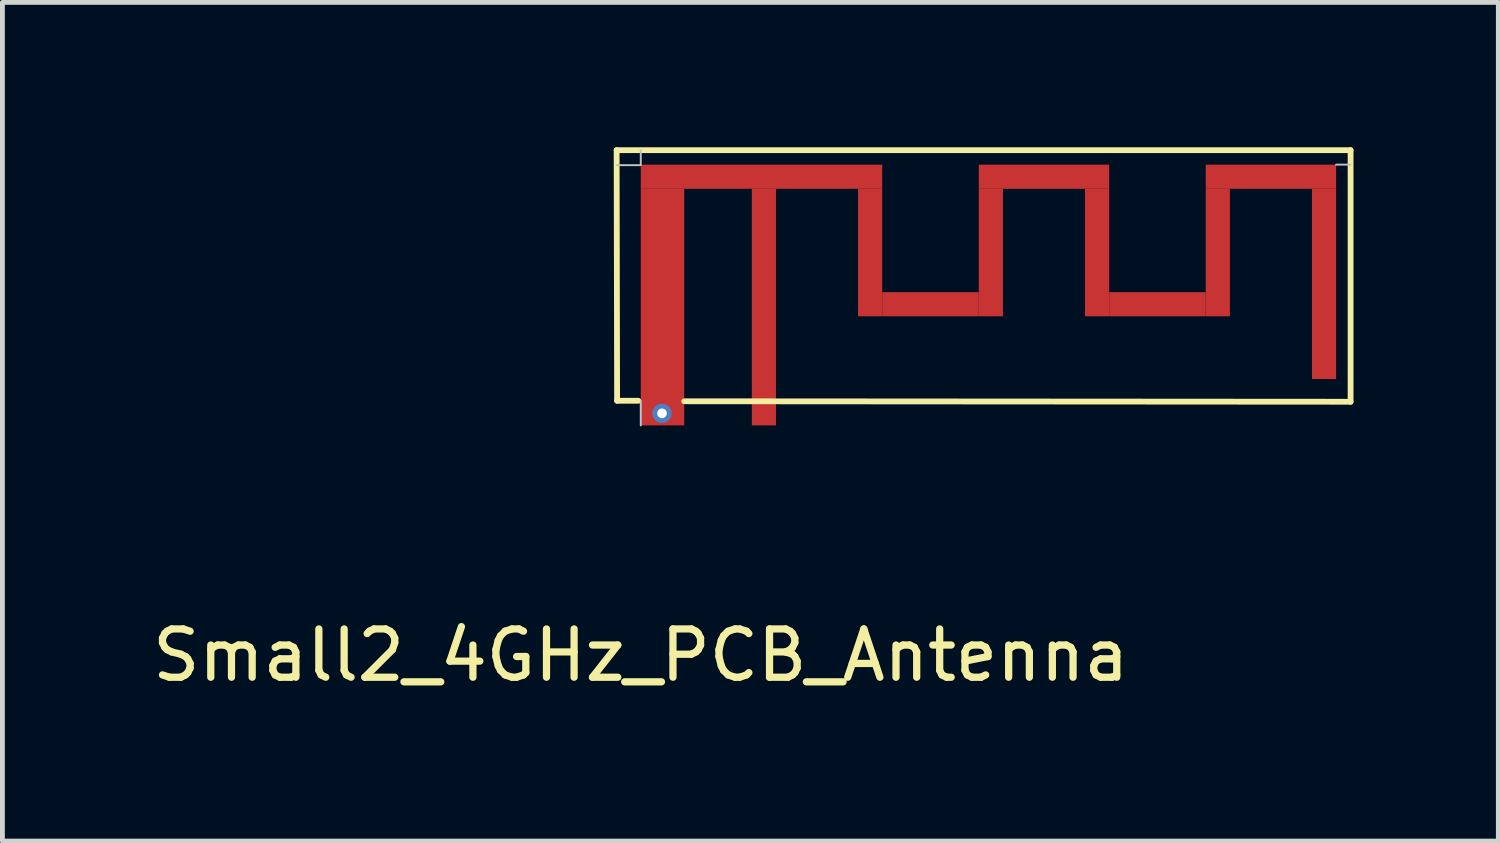
<source format=kicad_pcb>
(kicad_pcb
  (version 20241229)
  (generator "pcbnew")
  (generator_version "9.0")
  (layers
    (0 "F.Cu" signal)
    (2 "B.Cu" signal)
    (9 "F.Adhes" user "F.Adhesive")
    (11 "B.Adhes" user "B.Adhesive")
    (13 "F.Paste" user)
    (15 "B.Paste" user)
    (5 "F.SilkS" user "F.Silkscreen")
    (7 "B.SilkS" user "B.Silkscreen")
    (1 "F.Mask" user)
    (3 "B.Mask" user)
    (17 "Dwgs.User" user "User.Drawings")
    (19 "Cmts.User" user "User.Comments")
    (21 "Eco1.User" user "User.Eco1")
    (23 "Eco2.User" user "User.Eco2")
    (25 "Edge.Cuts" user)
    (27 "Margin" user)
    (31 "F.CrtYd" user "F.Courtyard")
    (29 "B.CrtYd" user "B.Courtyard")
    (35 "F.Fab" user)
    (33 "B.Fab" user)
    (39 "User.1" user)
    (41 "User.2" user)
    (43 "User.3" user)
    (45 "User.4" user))
  (footprint "Small2_4GHz_PCB_Antenna"
    (layer "F.Cu")
    (at 10.22 0.36)
    (property "Reference" "Small2_4GHz_PCB_Antenna" (at 0 10.16 0) (layer "F.SilkS") (effects (font (size 1 1) (thickness 0.15))))
    (attr through_hole)
    (fp_poly (pts (xy 0.9 5.4) (xy 0 5.4) (xy 0 0.5) (xy 0.9 0.5)) (stroke (width 0.001) (type solid)) (fill yes) (layer "F.Cu"))
    (fp_poly (pts (xy 2.8 5.4) (xy 2.3 5.4) (xy 2.3 0.5) (xy 2.8 0.5)) (stroke (width 0.001) (type solid)) (fill yes) (layer "F.Cu"))
    (fp_poly (pts (xy 5 0.5) (xy 0 0.5) (xy 0 0) (xy 5 0)) (stroke (width 0.001) (type solid)) (fill yes) (layer "F.Cu"))
    (fp_poly (pts (xy 5 3.14) (xy 4.5 3.14) (xy 4.5 0.5) (xy 5 0.5)) (stroke (width 0.001) (type solid)) (fill yes) (layer "F.Cu"))
    (fp_poly (pts (xy 7 3.14) (xy 5 3.14) (xy 5 2.64) (xy 7 2.64)) (stroke (width 0.001) (type solid)) (fill yes) (layer "F.Cu"))
    (fp_poly (pts (xy 7.5 3.14) (xy 7 3.14) (xy 7 0.5) (xy 7.5 0.5)) (stroke (width 0.001) (type solid)) (fill yes) (layer "F.Cu"))
    (fp_poly (pts (xy 9.7 0.5) (xy 7 0.5) (xy 7 0) (xy 9.7 0)) (stroke (width 0.001) (type solid)) (fill yes) (layer "F.Cu"))
    (fp_poly (pts (xy 9.7 3.14) (xy 9.2 3.14) (xy 9.2 0.5) (xy 9.7 0.5)) (stroke (width 0.001) (type solid)) (fill yes) (layer "F.Cu"))
    (fp_poly (pts (xy 11.7 3.14) (xy 9.7 3.14) (xy 9.7 2.64) (xy 11.7 2.64)) (stroke (width 0.001) (type solid)) (fill yes) (layer "F.Cu"))
    (fp_poly (pts (xy 12.2 3.14) (xy 11.7 3.14) (xy 11.7 0.5) (xy 12.2 0.5)) (stroke (width 0.001) (type solid)) (fill yes) (layer "F.Cu"))
    (fp_poly (pts (xy 14.4 0.5) (xy 11.7 0.5) (xy 11.7 0) (xy 14.4 0)) (stroke (width 0.001) (type solid)) (fill yes) (layer "F.Cu"))
    (fp_poly (pts (xy 14.4 4.44) (xy 13.9 4.44) (xy 13.9 0.5) (xy 14.4 0.5)) (stroke (width 0.001) (type solid)) (fill yes) (layer "F.Cu"))
    (fp_line (start -0.5 -0.3) (end -0.49 4.89) (stroke (width 0.12) (type solid)) (layer "F.SilkS"))
    (fp_line (start -0.5 -0.3) (end 14.7 -0.3) (stroke (width 0.12) (type solid)) (layer "F.SilkS"))
    (fp_line (start -0.49 4.89) (end -0.05 4.89) (stroke (width 0.12) (type solid)) (layer "F.SilkS"))
    (fp_line (start 0.9 4.9) (end 14.7 4.91) (stroke (width 0.12) (type solid)) (layer "F.SilkS"))
    (fp_line (start 14.7 -0.3) (end 14.7 4.91) (stroke (width 0.12) (type solid)) (layer "F.SilkS"))
    (fp_line (start -0.5 0.01) (end 0 0.01) (stroke (width 0.04) (type solid)) (layer "Dwgs.User"))
    (fp_line (start 0 0) (end 0 -0.3) (stroke (width 0.04) (type solid)) (layer "Dwgs.User"))
    (fp_line (start 0 5.4) (end 0 4.9) (stroke (width 0.04) (type solid)) (layer "Dwgs.User"))
    (fp_line (start 14.4 0) (end 14.7 0) (stroke (width 0.04) (type solid)) (layer "Dwgs.User"))
    (pad "1" smd circle (at 2.56 5.18) (size 0.4 0.4) (layers "F.Cu" "F.Mask" "F.Paste"))
    (pad "2" thru_hole circle (at 0.44 5.15) (size 0.4 0.4) (drill 0.2) (layers "*.Cu" "*.Mask")))
  (gr_rect
    (start -3 -3)
    (end 27.98 14.368)
    (stroke (width 0.1) (type default))
    (fill no)
    (layer "Edge.Cuts")))
</source>
